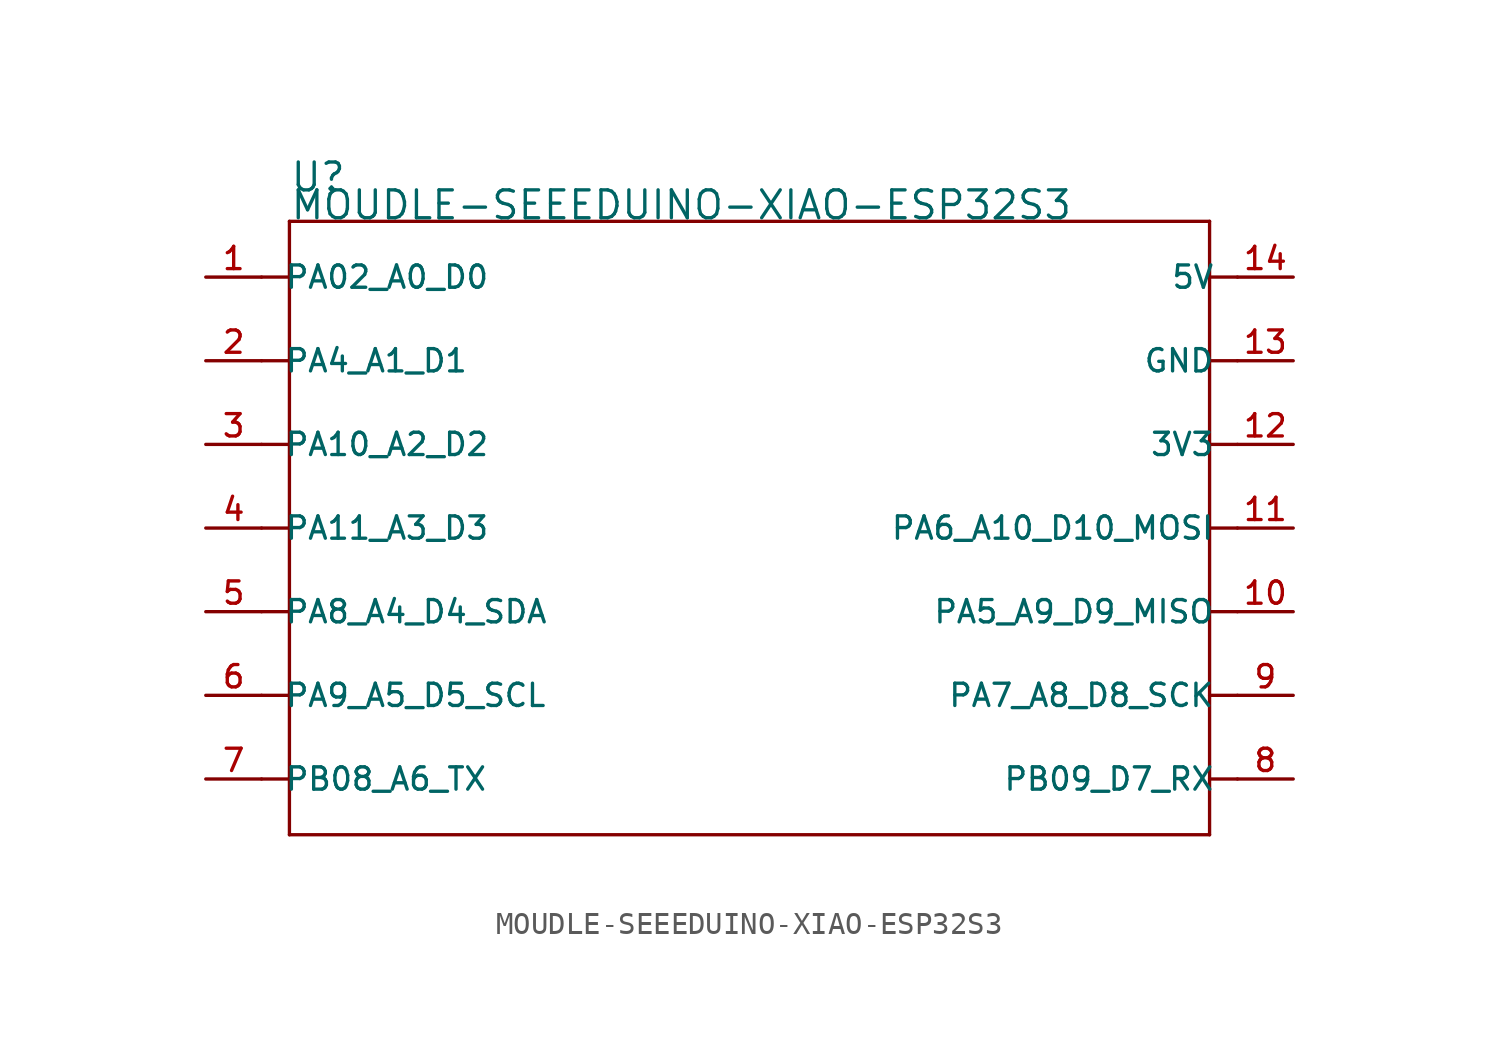
<source format=kicad_sym>
(kicad_symbol_lib
  (version 20211014)
  (generator kicad_symbol_editor)
  (symbol "MOUDLE-SEEEDUINO-XIAO-ESP32S3"
    (pin_names
      (offset 1.016))
    (property "Reference" "U"
      (at -21.59 15.24 0)
      (effects (font (size 1.27 1.27)) (justify left bottom)))
    (property "Value" "MOUDLE-SEEEDUINO-XIAO-ESP32S3"
      (at -21.59 13.97 0)
      (effects (font (size 1.27 1.27)) (justify left bottom)))
    (symbol "MOUDLE-SEEEDUINO-XIAO-ESP32S3_0_0"
      (polyline (pts (xy -21.59 -13.97) (xy -21.59 0)) (stroke (width 0.152) (type default) (color 0 0 0 0)) (fill (type none)))
      (polyline (pts (xy -21.59 -11.43) (xy -22.86 -11.43)) (stroke (width 0.152) (type default) (color 0 0 0 0)) (fill (type none)))
      (polyline (pts (xy -21.59 -7.62) (xy -22.86 -7.62)) (stroke (width 0.152) (type default) (color 0 0 0 0)) (fill (type none)))
      (polyline (pts (xy -21.59 -3.81) (xy -22.86 -3.81)) (stroke (width 0.152) (type default) (color 0 0 0 0)) (fill (type none)))
      (polyline (pts (xy -21.59 0) (xy -22.86 0)) (stroke (width 0.152) (type default) (color 0 0 0 0)) (fill (type none)))
      (polyline (pts (xy -21.59 0) (xy -21.59 3.81)) (stroke (width 0.152) (type default) (color 0 0 0 0)) (fill (type none)))
      (polyline (pts (xy -21.59 3.81) (xy -22.86 3.81)) (stroke (width 0.152) (type default) (color 0 0 0 0)) (fill (type none)))
      (polyline (pts (xy -21.59 3.81) (xy -21.59 7.62)) (stroke (width 0.152) (type default) (color 0 0 0 0)) (fill (type none)))
      (polyline (pts (xy -21.59 7.62) (xy -22.86 7.62)) (stroke (width 0.152) (type default) (color 0 0 0 0)) (fill (type none)))
      (polyline (pts (xy -21.59 7.62) (xy -21.59 11.43)) (stroke (width 0.152) (type default) (color 0 0 0 0)) (fill (type none)))
      (polyline (pts (xy -21.59 11.43) (xy -22.86 11.43)) (stroke (width 0.152) (type default) (color 0 0 0 0)) (fill (type none)))
      (polyline (pts (xy -21.59 11.43) (xy -21.59 13.97)) (stroke (width 0.152) (type default) (color 0 0 0 0)) (fill (type none)))
      (polyline (pts (xy -21.59 13.97) (xy 20.32 13.97)) (stroke (width 0.152) (type default) (color 0 0 0 0)) (fill (type none)))
      (polyline (pts (xy 20.32 -13.97) (xy -21.59 -13.97)) (stroke (width 0.152) (type default) (color 0 0 0 0)) (fill (type none)))
      (polyline (pts (xy 20.32 3.81) (xy 20.32 -13.97)) (stroke (width 0.152) (type default) (color 0 0 0 0)) (fill (type none)))
      (polyline (pts (xy 20.32 7.62) (xy 20.32 3.81)) (stroke (width 0.152) (type default) (color 0 0 0 0)) (fill (type none)))
      (polyline (pts (xy 20.32 11.43) (xy 20.32 7.62)) (stroke (width 0.152) (type default) (color 0 0 0 0)) (fill (type none)))
      (polyline (pts (xy 20.32 13.97) (xy 20.32 11.43)) (stroke (width 0.152) (type default) (color 0 0 0 0)) (fill (type none)))
      (polyline (pts (xy 21.59 -11.43) (xy 20.32 -11.43)) (stroke (width 0.152) (type default) (color 0 0 0 0)) (fill (type none)))
      (polyline (pts (xy 21.59 -7.62) (xy 20.32 -7.62)) (stroke (width 0.152) (type default) (color 0 0 0 0)) (fill (type none)))
      (polyline (pts (xy 21.59 -3.81) (xy 20.32 -3.81)) (stroke (width 0.152) (type default) (color 0 0 0 0)) (fill (type none)))
      (polyline (pts (xy 21.59 0) (xy 20.32 0)) (stroke (width 0.152) (type default) (color 0 0 0 0)) (fill (type none)))
      (polyline (pts (xy 21.59 3.81) (xy 20.32 3.81)) (stroke (width 0.152) (type default) (color 0 0 0 0)) (fill (type none)))
      (polyline (pts (xy 21.59 7.62) (xy 20.32 7.62)) (stroke (width 0.152) (type default) (color 0 0 0 0)) (fill (type none)))
      (polyline (pts (xy 21.59 11.43) (xy 20.32 11.43)) (stroke (width 0.152) (type default) (color 0 0 0 0)) (fill (type none)))
      (pin bidirectional line (at -25.4 11.43 0) (length 2.54) (name "PA02_A0_D0" (effects (font (size 1.016 1.016)))) (number "1" (effects (font (size 1.016 1.016)))))
      (pin bidirectional line (at 24.13 -3.81 180) (length 2.54) (name "PA5_A9_D9_MISO" (effects (font (size 1.016 1.016)))) (number "10" (effects (font (size 1.016 1.016)))))
      (pin bidirectional line (at 24.13 0 180) (length 2.54) (name "PA6_A10_D10_MOSI" (effects (font (size 1.016 1.016)))) (number "11" (effects (font (size 1.016 1.016)))))
      (pin bidirectional line (at 24.13 3.81 180) (length 2.54) (name "3V3" (effects (font (size 1.016 1.016)))) (number "12" (effects (font (size 1.016 1.016)))))
      (pin bidirectional line (at 24.13 7.62 180) (length 2.54) (name "GND" (effects (font (size 1.016 1.016)))) (number "13" (effects (font (size 1.016 1.016)))))
      (pin bidirectional line (at 24.13 11.43 180) (length 2.54) (name "5V" (effects (font (size 1.016 1.016)))) (number "14" (effects (font (size 1.016 1.016)))))
      (pin bidirectional line (at -25.4 7.62 0) (length 2.54) (name "PA4_A1_D1" (effects (font (size 1.016 1.016)))) (number "2" (effects (font (size 1.016 1.016)))))
      (pin bidirectional line (at -25.4 3.81 0) (length 2.54) (name "PA10_A2_D2" (effects (font (size 1.016 1.016)))) (number "3" (effects (font (size 1.016 1.016)))))
      (pin bidirectional line (at -25.4 0 0) (length 2.54) (name "PA11_A3_D3" (effects (font (size 1.016 1.016)))) (number "4" (effects (font (size 1.016 1.016)))))
      (pin bidirectional line (at -25.4 -3.81 0) (length 2.54) (name "PA8_A4_D4_SDA" (effects (font (size 1.016 1.016)))) (number "5" (effects (font (size 1.016 1.016)))))
      (pin bidirectional line (at -25.4 -7.62 0) (length 2.54) (name "PA9_A5_D5_SCL" (effects (font (size 1.016 1.016)))) (number "6" (effects (font (size 1.016 1.016)))))
      (pin bidirectional line (at -25.4 -11.43 0) (length 2.54) (name "PB08_A6_TX" (effects (font (size 1.016 1.016)))) (number "7" (effects (font (size 1.016 1.016)))))
      (pin bidirectional line (at 24.13 -11.43 180) (length 2.54) (name "PB09_D7_RX" (effects (font (size 1.016 1.016)))) (number "8" (effects (font (size 1.016 1.016)))))
      (pin bidirectional line (at 24.13 -7.62 180) (length 2.54) (name "PA7_A8_D8_SCK" (effects (font (size 1.016 1.016)))) (number "9" (effects (font (size 1.016 1.016))))))))
</source>
